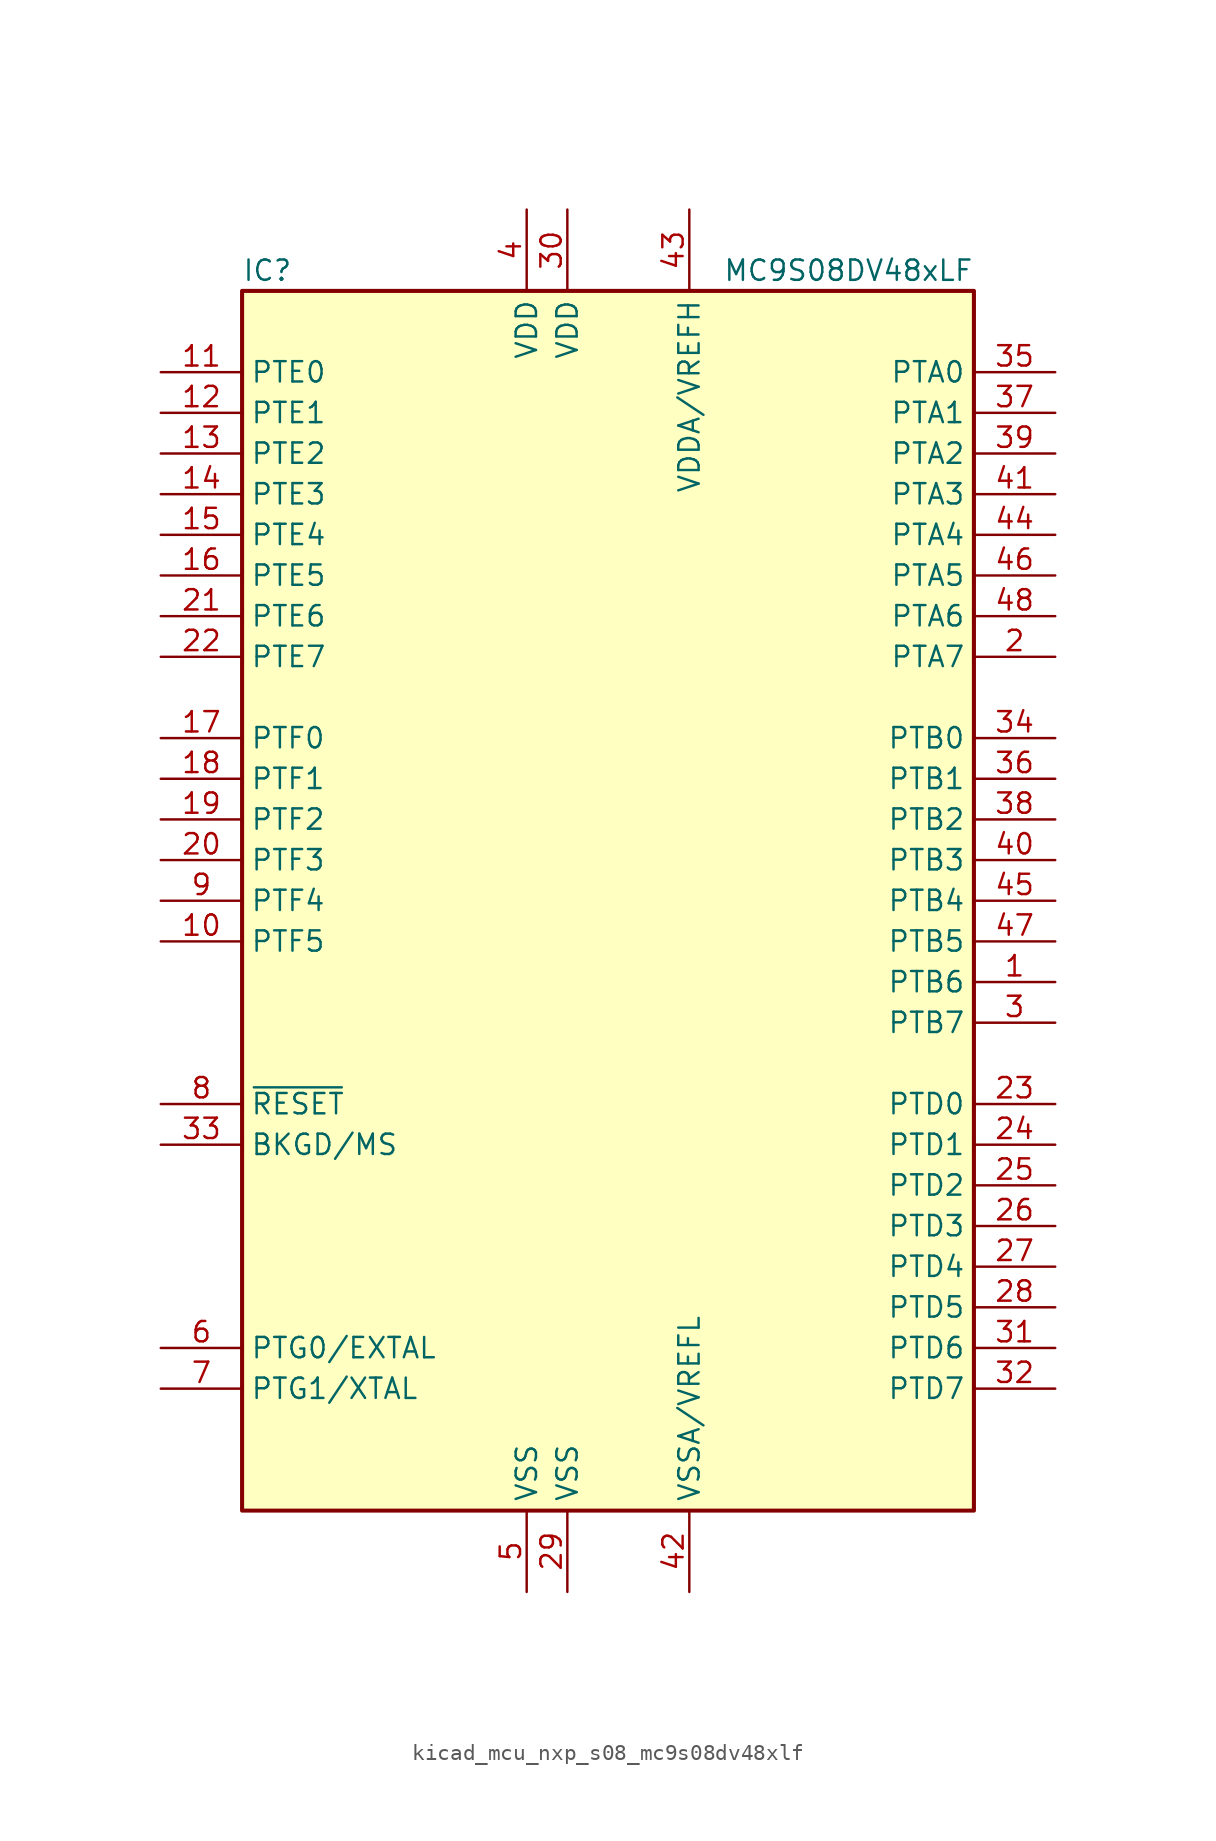
<source format=kicad_sym>
(kicad_symbol_lib
  (version 20220914)
  (generator kicad_symbol_editor)
  (symbol "kicad_mcu_nxp_s08_mc9s08dv48xlf"
    (property "Reference" "IC"
      (at -22.86 39.37 0)
      (effects (font (size 1.27 1.27)) (justify left)))
    (property "Value" "MC9S08DV48xLF"
      (at 22.86 39.37 0)
      (effects (font (size 1.27 1.27)) (justify right)))
    (symbol "kicad_mcu_nxp_s08_mc9s08dv48xlf_0_1"
      (rectangle (start -22.86 38.1) (end 22.86 -38.1) (stroke (width 0.254) (type default)) (fill (type background))))
    (symbol "kicad_mcu_nxp_s08_mc9s08dv48xlf_1_1"
      (pin bidirectional line (at 27.94 -5.08 180) (length 5.08) (name "PTB6" (effects (font (size 1.27 1.27)))) (number "1" (effects (font (size 1.27 1.27)))))
      (pin bidirectional line (at -27.94 -2.54 0) (length 5.08) (name "PTF5" (effects (font (size 1.27 1.27)))) (number "10" (effects (font (size 1.27 1.27)))))
      (pin bidirectional line (at -27.94 33.02 0) (length 5.08) (name "PTE0" (effects (font (size 1.27 1.27)))) (number "11" (effects (font (size 1.27 1.27)))))
      (pin bidirectional line (at -27.94 30.48 0) (length 5.08) (name "PTE1" (effects (font (size 1.27 1.27)))) (number "12" (effects (font (size 1.27 1.27)))))
      (pin bidirectional line (at -27.94 27.94 0) (length 5.08) (name "PTE2" (effects (font (size 1.27 1.27)))) (number "13" (effects (font (size 1.27 1.27)))))
      (pin bidirectional line (at -27.94 25.4 0) (length 5.08) (name "PTE3" (effects (font (size 1.27 1.27)))) (number "14" (effects (font (size 1.27 1.27)))))
      (pin bidirectional line (at -27.94 22.86 0) (length 5.08) (name "PTE4" (effects (font (size 1.27 1.27)))) (number "15" (effects (font (size 1.27 1.27)))))
      (pin bidirectional line (at -27.94 20.32 0) (length 5.08) (name "PTE5" (effects (font (size 1.27 1.27)))) (number "16" (effects (font (size 1.27 1.27)))))
      (pin bidirectional line (at -27.94 10.16 0) (length 5.08) (name "PTF0" (effects (font (size 1.27 1.27)))) (number "17" (effects (font (size 1.27 1.27)))))
      (pin bidirectional line (at -27.94 7.62 0) (length 5.08) (name "PTF1" (effects (font (size 1.27 1.27)))) (number "18" (effects (font (size 1.27 1.27)))))
      (pin bidirectional line (at -27.94 5.08 0) (length 5.08) (name "PTF2" (effects (font (size 1.27 1.27)))) (number "19" (effects (font (size 1.27 1.27)))))
      (pin bidirectional line (at 27.94 15.24 180) (length 5.08) (name "PTA7" (effects (font (size 1.27 1.27)))) (number "2" (effects (font (size 1.27 1.27)))))
      (pin bidirectional line (at -27.94 2.54 0) (length 5.08) (name "PTF3" (effects (font (size 1.27 1.27)))) (number "20" (effects (font (size 1.27 1.27)))))
      (pin bidirectional line (at -27.94 17.78 0) (length 5.08) (name "PTE6" (effects (font (size 1.27 1.27)))) (number "21" (effects (font (size 1.27 1.27)))))
      (pin bidirectional line (at -27.94 15.24 0) (length 5.08) (name "PTE7" (effects (font (size 1.27 1.27)))) (number "22" (effects (font (size 1.27 1.27)))))
      (pin bidirectional line (at 27.94 -12.7 180) (length 5.08) (name "PTD0" (effects (font (size 1.27 1.27)))) (number "23" (effects (font (size 1.27 1.27)))))
      (pin bidirectional line (at 27.94 -15.24 180) (length 5.08) (name "PTD1" (effects (font (size 1.27 1.27)))) (number "24" (effects (font (size 1.27 1.27)))))
      (pin bidirectional line (at 27.94 -17.78 180) (length 5.08) (name "PTD2" (effects (font (size 1.27 1.27)))) (number "25" (effects (font (size 1.27 1.27)))))
      (pin bidirectional line (at 27.94 -20.32 180) (length 5.08) (name "PTD3" (effects (font (size 1.27 1.27)))) (number "26" (effects (font (size 1.27 1.27)))))
      (pin bidirectional line (at 27.94 -22.86 180) (length 5.08) (name "PTD4" (effects (font (size 1.27 1.27)))) (number "27" (effects (font (size 1.27 1.27)))))
      (pin bidirectional line (at 27.94 -25.4 180) (length 5.08) (name "PTD5" (effects (font (size 1.27 1.27)))) (number "28" (effects (font (size 1.27 1.27)))))
      (pin power_in line (at -2.54 -43.18 90) (length 5.08) (name "VSS" (effects (font (size 1.27 1.27)))) (number "29" (effects (font (size 1.27 1.27)))))
      (pin bidirectional line (at 27.94 -7.62 180) (length 5.08) (name "PTB7" (effects (font (size 1.27 1.27)))) (number "3" (effects (font (size 1.27 1.27)))))
      (pin power_in line (at -2.54 43.18 270) (length 5.08) (name "VDD" (effects (font (size 1.27 1.27)))) (number "30" (effects (font (size 1.27 1.27)))))
      (pin bidirectional line (at 27.94 -27.94 180) (length 5.08) (name "PTD6" (effects (font (size 1.27 1.27)))) (number "31" (effects (font (size 1.27 1.27)))))
      (pin bidirectional line (at 27.94 -30.48 180) (length 5.08) (name "PTD7" (effects (font (size 1.27 1.27)))) (number "32" (effects (font (size 1.27 1.27)))))
      (pin bidirectional line (at -27.94 -15.24 0) (length 5.08) (name "BKGD/MS" (effects (font (size 1.27 1.27)))) (number "33" (effects (font (size 1.27 1.27)))))
      (pin bidirectional line (at 27.94 10.16 180) (length 5.08) (name "PTB0" (effects (font (size 1.27 1.27)))) (number "34" (effects (font (size 1.27 1.27)))))
      (pin bidirectional line (at 27.94 33.02 180) (length 5.08) (name "PTA0" (effects (font (size 1.27 1.27)))) (number "35" (effects (font (size 1.27 1.27)))))
      (pin bidirectional line (at 27.94 7.62 180) (length 5.08) (name "PTB1" (effects (font (size 1.27 1.27)))) (number "36" (effects (font (size 1.27 1.27)))))
      (pin bidirectional line (at 27.94 30.48 180) (length 5.08) (name "PTA1" (effects (font (size 1.27 1.27)))) (number "37" (effects (font (size 1.27 1.27)))))
      (pin bidirectional line (at 27.94 5.08 180) (length 5.08) (name "PTB2" (effects (font (size 1.27 1.27)))) (number "38" (effects (font (size 1.27 1.27)))))
      (pin bidirectional line (at 27.94 27.94 180) (length 5.08) (name "PTA2" (effects (font (size 1.27 1.27)))) (number "39" (effects (font (size 1.27 1.27)))))
      (pin power_in line (at -5.08 43.18 270) (length 5.08) (name "VDD" (effects (font (size 1.27 1.27)))) (number "4" (effects (font (size 1.27 1.27)))))
      (pin bidirectional line (at 27.94 2.54 180) (length 5.08) (name "PTB3" (effects (font (size 1.27 1.27)))) (number "40" (effects (font (size 1.27 1.27)))))
      (pin bidirectional line (at 27.94 25.4 180) (length 5.08) (name "PTA3" (effects (font (size 1.27 1.27)))) (number "41" (effects (font (size 1.27 1.27)))))
      (pin power_in line (at 5.08 -43.18 90) (length 5.08) (name "VSSA/VREFL" (effects (font (size 1.27 1.27)))) (number "42" (effects (font (size 1.27 1.27)))))
      (pin power_in line (at 5.08 43.18 270) (length 5.08) (name "VDDA/VREFH" (effects (font (size 1.27 1.27)))) (number "43" (effects (font (size 1.27 1.27)))))
      (pin bidirectional line (at 27.94 22.86 180) (length 5.08) (name "PTA4" (effects (font (size 1.27 1.27)))) (number "44" (effects (font (size 1.27 1.27)))))
      (pin bidirectional line (at 27.94 0 180) (length 5.08) (name "PTB4" (effects (font (size 1.27 1.27)))) (number "45" (effects (font (size 1.27 1.27)))))
      (pin bidirectional line (at 27.94 20.32 180) (length 5.08) (name "PTA5" (effects (font (size 1.27 1.27)))) (number "46" (effects (font (size 1.27 1.27)))))
      (pin bidirectional line (at 27.94 -2.54 180) (length 5.08) (name "PTB5" (effects (font (size 1.27 1.27)))) (number "47" (effects (font (size 1.27 1.27)))))
      (pin bidirectional line (at 27.94 17.78 180) (length 5.08) (name "PTA6" (effects (font (size 1.27 1.27)))) (number "48" (effects (font (size 1.27 1.27)))))
      (pin power_in line (at -5.08 -43.18 90) (length 5.08) (name "VSS" (effects (font (size 1.27 1.27)))) (number "5" (effects (font (size 1.27 1.27)))))
      (pin bidirectional line (at -27.94 -27.94 0) (length 5.08) (name "PTG0/EXTAL" (effects (font (size 1.27 1.27)))) (number "6" (effects (font (size 1.27 1.27)))))
      (pin bidirectional line (at -27.94 -30.48 0) (length 5.08) (name "PTG1/XTAL" (effects (font (size 1.27 1.27)))) (number "7" (effects (font (size 1.27 1.27)))))
      (pin input line (at -27.94 -12.7 0) (length 5.08) (name "~{RESET}" (effects (font (size 1.27 1.27)))) (number "8" (effects (font (size 1.27 1.27)))))
      (pin bidirectional line (at -27.94 0 0) (length 5.08) (name "PTF4" (effects (font (size 1.27 1.27)))) (number "9" (effects (font (size 1.27 1.27))))))))
</source>
